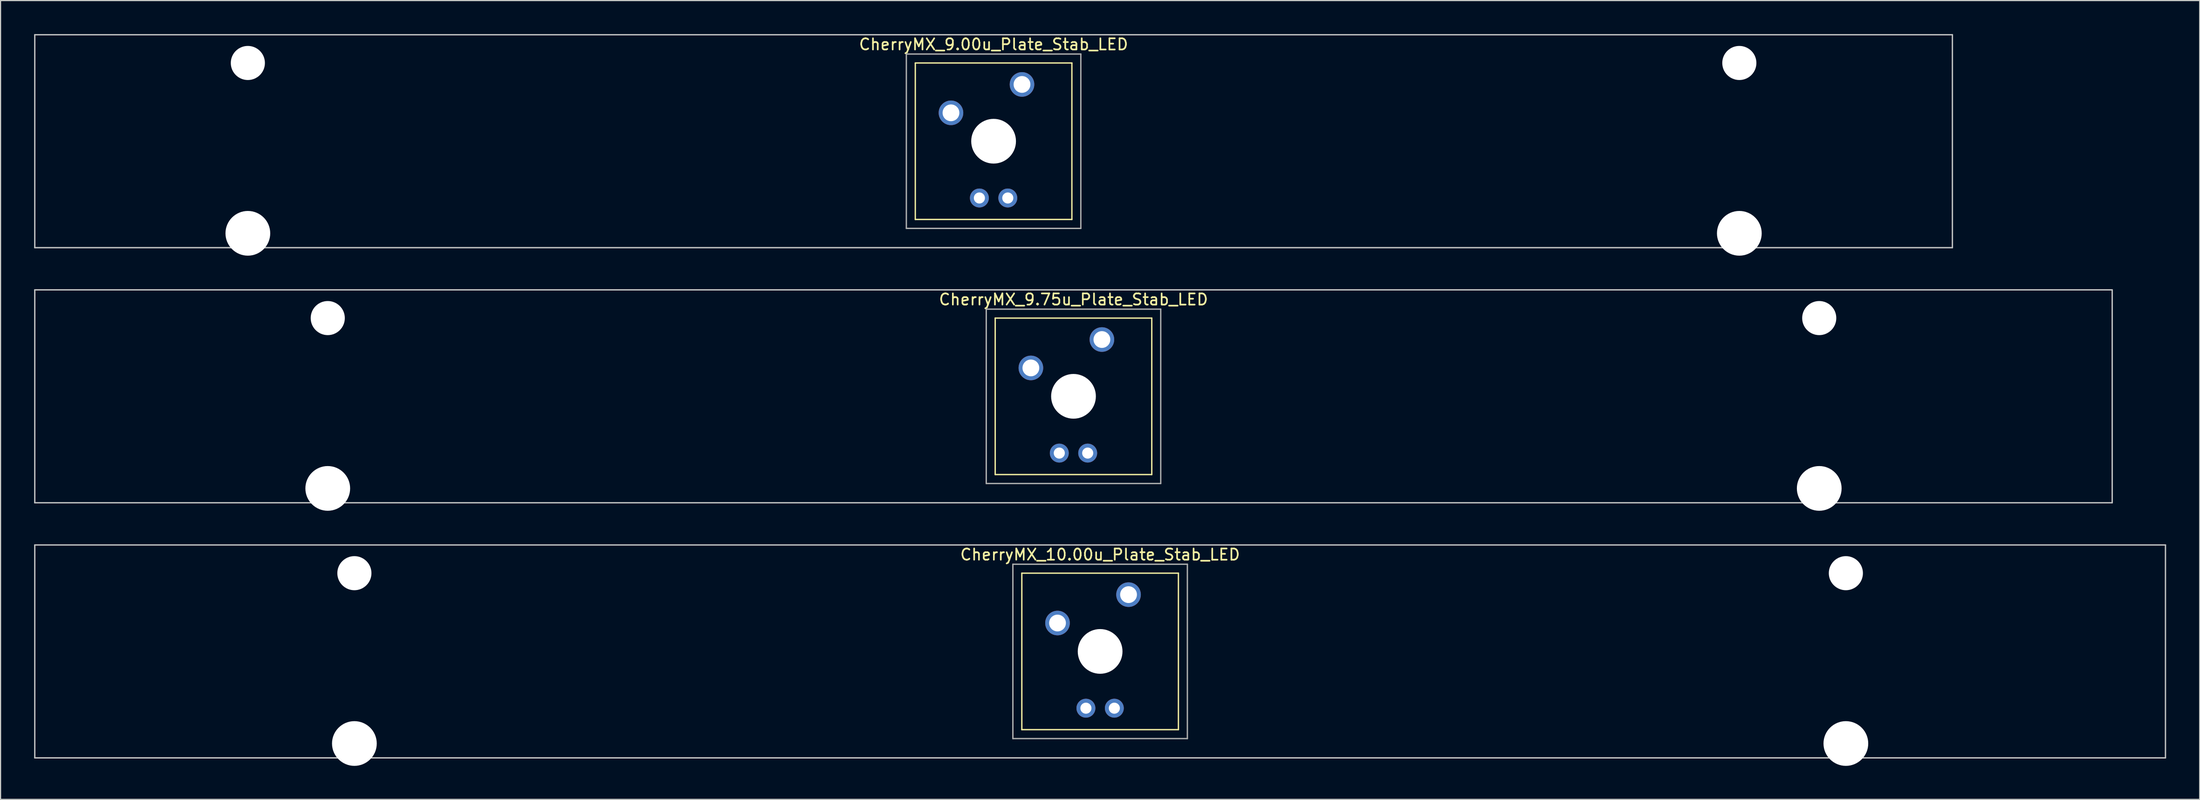
<source format=kicad_pcb>
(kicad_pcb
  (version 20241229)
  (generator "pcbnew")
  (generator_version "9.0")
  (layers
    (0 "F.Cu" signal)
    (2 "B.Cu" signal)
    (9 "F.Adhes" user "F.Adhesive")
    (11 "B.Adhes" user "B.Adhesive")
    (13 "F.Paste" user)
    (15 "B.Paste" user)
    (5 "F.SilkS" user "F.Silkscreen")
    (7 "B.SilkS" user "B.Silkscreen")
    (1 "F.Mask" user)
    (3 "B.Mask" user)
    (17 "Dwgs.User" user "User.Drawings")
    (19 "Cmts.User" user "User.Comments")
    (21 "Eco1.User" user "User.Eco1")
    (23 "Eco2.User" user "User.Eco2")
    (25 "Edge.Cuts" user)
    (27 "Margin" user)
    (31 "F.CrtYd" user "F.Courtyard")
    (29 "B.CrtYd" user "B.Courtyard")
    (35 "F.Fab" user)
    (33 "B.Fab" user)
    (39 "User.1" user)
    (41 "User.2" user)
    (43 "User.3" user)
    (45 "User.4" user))
  (footprint "CherryMX_9.00u_Plate_Stab_LED"
    (layer "F.Cu")
    (at 85.785 9.585)
    (property "Reference" "CherryMX_9.00u_Plate_Stab_LED" (at 0 -8.662 0) (layer "F.SilkS") (effects (font (size 1 1) (thickness 0.15))))
    (attr through_hole)
    (fp_line (start -7 -7) (end -7 7) (stroke (width 0.12) (type solid)) (layer "F.SilkS"))
    (fp_line (start -7 -7) (end 7 -7) (stroke (width 0.12) (type solid)) (layer "F.SilkS"))
    (fp_line (start 7 -7) (end 7 7) (stroke (width 0.12) (type solid)) (layer "F.SilkS"))
    (fp_line (start 7 7) (end -7 7) (stroke (width 0.12) (type solid)) (layer "F.SilkS"))
    (fp_line (start -85.725 -9.525) (end 85.725 -9.525) (stroke (width 0.12) (type solid)) (layer "Dwgs.User"))
    (fp_line (start -85.725 9.525) (end -85.725 -9.525) (stroke (width 0.12) (type solid)) (layer "Dwgs.User"))
    (fp_line (start 85.725 -9.525) (end 85.725 9.525) (stroke (width 0.12) (type solid)) (layer "Dwgs.User"))
    (fp_line (start 85.725 9.525) (end -85.725 9.525) (stroke (width 0.12) (type solid)) (layer "Dwgs.User"))
    (fp_line (start -7.8 -7.8) (end -7.8 7.8) (stroke (width 0.12) (type solid)) (layer "F.Fab"))
    (fp_line (start -7.8 -7.8) (end 7.8 -7.8) (stroke (width 0.12) (type solid)) (layer "F.Fab"))
    (fp_line (start -7.8 7.8) (end 7.8 7.8) (stroke (width 0.12) (type solid)) (layer "F.Fab"))
    (fp_line (start 7.8 -7.8) (end 7.8 7.8) (stroke (width 0.12) (type solid)) (layer "F.Fab"))
    (pad "" np_thru_hole circle (at -66.675 -7) (size 3.05 3.05) (drill 3.05) (layers "*.Cu" "*.Mask"))
    (pad "" np_thru_hole circle (at -66.675 8.24) (size 4 4) (drill 4) (layers "*.Cu" "*.Mask"))
    (pad "" np_thru_hole circle (at 0 0) (size 4 4) (drill 4) (layers "*.Cu" "*.Mask"))
    (pad "" np_thru_hole circle (at 66.675 -7) (size 3.05 3.05) (drill 3.05) (layers "*.Cu" "*.Mask"))
    (pad "" np_thru_hole circle (at 66.675 8.24) (size 4 4) (drill 4) (layers "*.Cu" "*.Mask"))
    (pad "1" thru_hole circle (at -3.81 -2.54) (size 2.2 2.2) (drill 1.5) (layers "*.Cu" "*.Mask"))
    (pad "2" thru_hole circle (at 2.54 -5.08) (size 2.2 2.2) (drill 1.5) (layers "*.Cu" "*.Mask"))
    (pad "3" thru_hole circle (at -1.27 5.08) (size 1.691 1.691) (drill 0.991) (layers "*.Cu" "*.Mask"))
    (pad "4" thru_hole circle (at 1.27 5.08) (size 1.691 1.691) (drill 0.991) (layers "*.Cu" "*.Mask")))
  (footprint "CherryMX_10.00u_Plate_Stab_LED"
    (layer "F.Cu")
    (at 95.31 55.235)
    (property "Reference" "CherryMX_10.00u_Plate_Stab_LED" (at 0 -8.662 0) (layer "F.SilkS") (effects (font (size 1 1) (thickness 0.15))))
    (attr through_hole)
    (fp_line (start -7 -7) (end -7 7) (stroke (width 0.12) (type solid)) (layer "F.SilkS"))
    (fp_line (start -7 -7) (end 7 -7) (stroke (width 0.12) (type solid)) (layer "F.SilkS"))
    (fp_line (start 7 -7) (end 7 7) (stroke (width 0.12) (type solid)) (layer "F.SilkS"))
    (fp_line (start 7 7) (end -7 7) (stroke (width 0.12) (type solid)) (layer "F.SilkS"))
    (fp_line (start -95.25 -9.525) (end 95.25 -9.525) (stroke (width 0.12) (type solid)) (layer "Dwgs.User"))
    (fp_line (start -95.25 9.525) (end -95.25 -9.525) (stroke (width 0.12) (type solid)) (layer "Dwgs.User"))
    (fp_line (start 95.25 -9.525) (end 95.25 9.525) (stroke (width 0.12) (type solid)) (layer "Dwgs.User"))
    (fp_line (start 95.25 9.525) (end -95.25 9.525) (stroke (width 0.12) (type solid)) (layer "Dwgs.User"))
    (fp_line (start -7.8 -7.8) (end -7.8 7.8) (stroke (width 0.12) (type solid)) (layer "F.Fab"))
    (fp_line (start -7.8 -7.8) (end 7.8 -7.8) (stroke (width 0.12) (type solid)) (layer "F.Fab"))
    (fp_line (start -7.8 7.8) (end 7.8 7.8) (stroke (width 0.12) (type solid)) (layer "F.Fab"))
    (fp_line (start 7.8 -7.8) (end 7.8 7.8) (stroke (width 0.12) (type solid)) (layer "F.Fab"))
    (pad "" np_thru_hole circle (at -66.675 -7) (size 3.05 3.05) (drill 3.05) (layers "*.Cu" "*.Mask"))
    (pad "" np_thru_hole circle (at -66.675 8.24) (size 4 4) (drill 4) (layers "*.Cu" "*.Mask"))
    (pad "" np_thru_hole circle (at 0 0) (size 4 4) (drill 4) (layers "*.Cu" "*.Mask"))
    (pad "" np_thru_hole circle (at 66.675 -7) (size 3.05 3.05) (drill 3.05) (layers "*.Cu" "*.Mask"))
    (pad "" np_thru_hole circle (at 66.675 8.24) (size 4 4) (drill 4) (layers "*.Cu" "*.Mask"))
    (pad "1" thru_hole circle (at -3.81 -2.54) (size 2.2 2.2) (drill 1.5) (layers "*.Cu" "*.Mask"))
    (pad "2" thru_hole circle (at 2.54 -5.08) (size 2.2 2.2) (drill 1.5) (layers "*.Cu" "*.Mask"))
    (pad "3" thru_hole circle (at -1.27 5.08) (size 1.691 1.691) (drill 0.991) (layers "*.Cu" "*.Mask"))
    (pad "4" thru_hole circle (at 1.27 5.08) (size 1.691 1.691) (drill 0.991) (layers "*.Cu" "*.Mask")))
  (footprint "CherryMX_9.75u_Plate_Stab_LED"
    (layer "F.Cu")
    (at 92.929 32.41)
    (property "Reference" "CherryMX_9.75u_Plate_Stab_LED" (at 0 -8.662 0) (layer "F.SilkS") (effects (font (size 1 1) (thickness 0.15))))
    (attr through_hole)
    (fp_line (start -7 -7) (end -7 7) (stroke (width 0.12) (type solid)) (layer "F.SilkS"))
    (fp_line (start -7 -7) (end 7 -7) (stroke (width 0.12) (type solid)) (layer "F.SilkS"))
    (fp_line (start 7 -7) (end 7 7) (stroke (width 0.12) (type solid)) (layer "F.SilkS"))
    (fp_line (start 7 7) (end -7 7) (stroke (width 0.12) (type solid)) (layer "F.SilkS"))
    (fp_line (start -92.869 -9.525) (end 92.869 -9.525) (stroke (width 0.12) (type solid)) (layer "Dwgs.User"))
    (fp_line (start -92.869 9.525) (end -92.869 -9.525) (stroke (width 0.12) (type solid)) (layer "Dwgs.User"))
    (fp_line (start 92.869 -9.525) (end 92.869 9.525) (stroke (width 0.12) (type solid)) (layer "Dwgs.User"))
    (fp_line (start 92.869 9.525) (end -92.869 9.525) (stroke (width 0.12) (type solid)) (layer "Dwgs.User"))
    (fp_line (start -7.8 -7.8) (end -7.8 7.8) (stroke (width 0.12) (type solid)) (layer "F.Fab"))
    (fp_line (start -7.8 -7.8) (end 7.8 -7.8) (stroke (width 0.12) (type solid)) (layer "F.Fab"))
    (fp_line (start -7.8 7.8) (end 7.8 7.8) (stroke (width 0.12) (type solid)) (layer "F.Fab"))
    (fp_line (start 7.8 -7.8) (end 7.8 7.8) (stroke (width 0.12) (type solid)) (layer "F.Fab"))
    (pad "" np_thru_hole circle (at -66.675 -7) (size 3.05 3.05) (drill 3.05) (layers "*.Cu" "*.Mask"))
    (pad "" np_thru_hole circle (at -66.675 8.24) (size 4 4) (drill 4) (layers "*.Cu" "*.Mask"))
    (pad "" np_thru_hole circle (at 0 0) (size 4 4) (drill 4) (layers "*.Cu" "*.Mask"))
    (pad "" np_thru_hole circle (at 66.675 -7) (size 3.05 3.05) (drill 3.05) (layers "*.Cu" "*.Mask"))
    (pad "" np_thru_hole circle (at 66.675 8.24) (size 4 4) (drill 4) (layers "*.Cu" "*.Mask"))
    (pad "1" thru_hole circle (at -3.81 -2.54) (size 2.2 2.2) (drill 1.5) (layers "*.Cu" "*.Mask"))
    (pad "2" thru_hole circle (at 2.54 -5.08) (size 2.2 2.2) (drill 1.5) (layers "*.Cu" "*.Mask"))
    (pad "3" thru_hole circle (at -1.27 5.08) (size 1.691 1.691) (drill 0.991) (layers "*.Cu" "*.Mask"))
    (pad "4" thru_hole circle (at 1.27 5.08) (size 1.691 1.691) (drill 0.991) (layers "*.Cu" "*.Mask")))
  (gr_rect
    (start -3 -3)
    (end 193.62 68.475)
    (stroke (width 0.1) (type default))
    (fill no)
    (layer "Edge.Cuts")))
</source>
